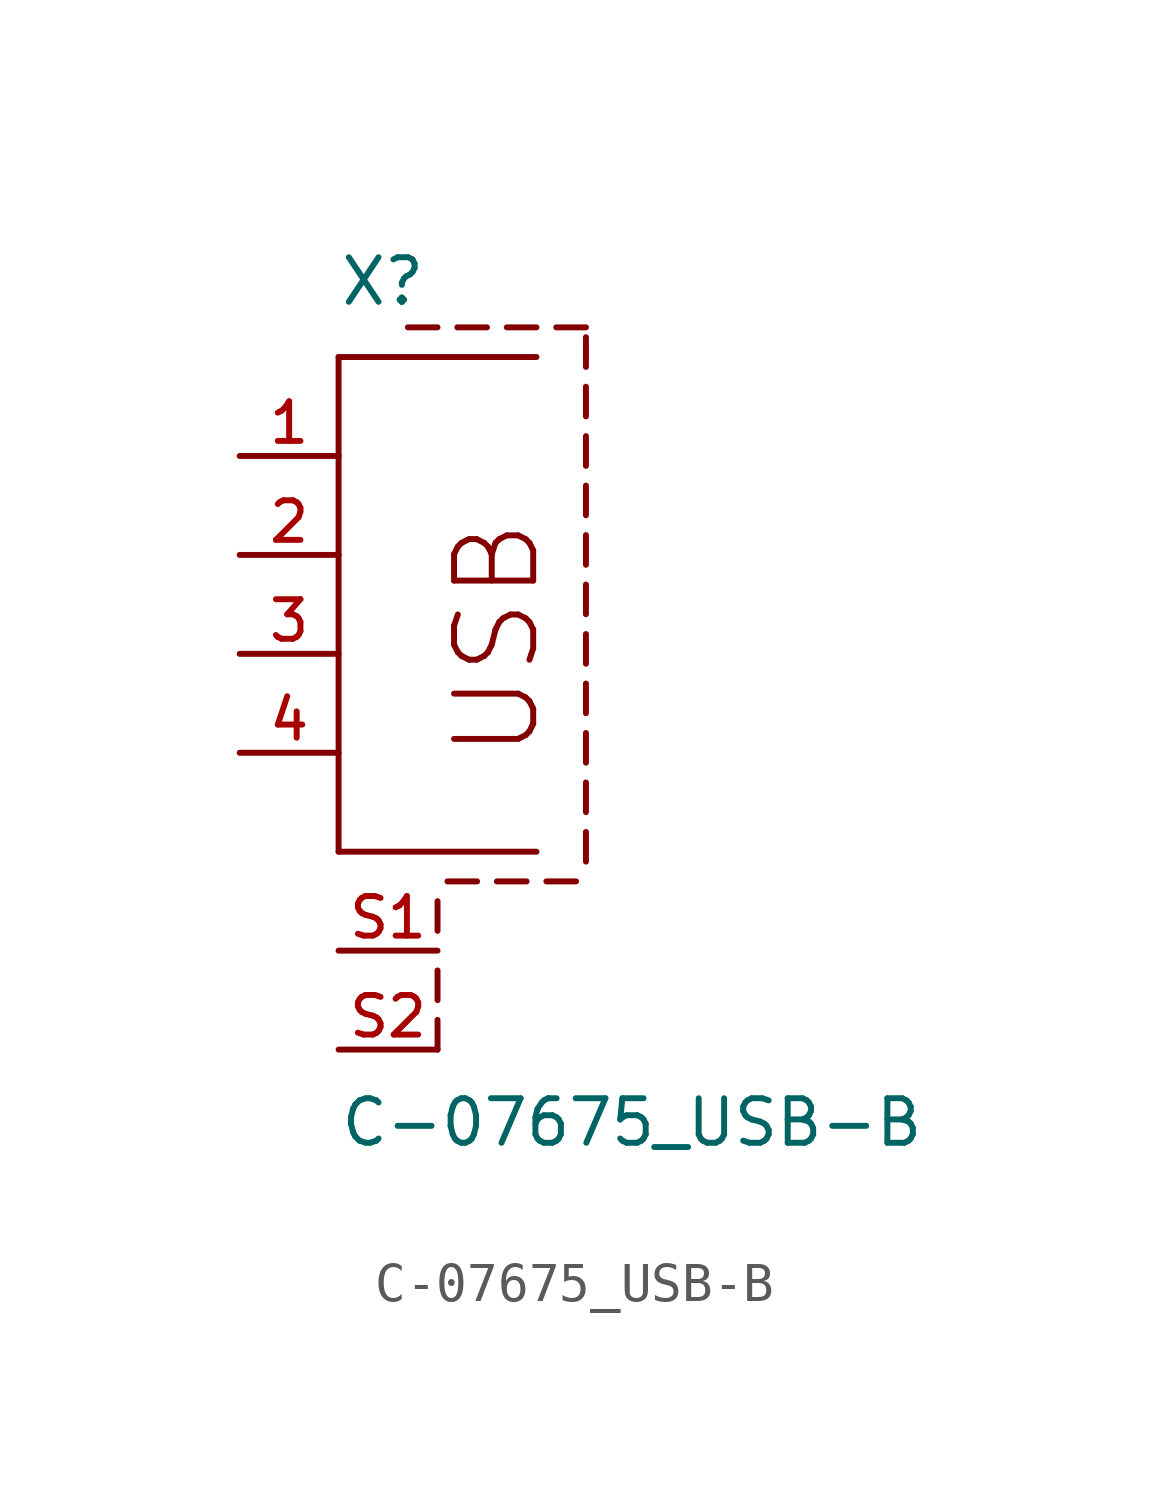
<source format=kicad_sym>
(kicad_symbol_lib
  (version 20211014)
  (generator kicad_symbol_editor)
  (symbol "C-07675_USB-B"
    (pin_names
      (offset 1.016) hide)
    (property "Reference" "X"
      (at 0 8.89 0)
      (effects (font (size 1.143 1.143)) (justify left bottom)))
    (property "Value" "C-07675_USB-B"
      (at 0 -12.7 0)
      (effects (font (size 1.143 1.143)) (justify left bottom)))
    (property "ki_locked" ""
      (at 0 0 0)
      (effects (font (size 1.27 1.27))))
    (symbol "C-07675_USB-B_1_0"
      (polyline (pts (xy 0 -5.08) (xy 5.08 -5.08)) (stroke (width 0) (type default) (color 0 0 0 0)) (fill (type none)))
      (polyline (pts (xy 0 7.62) (xy 0 -5.08)) (stroke (width 0) (type default) (color 0 0 0 0)) (fill (type none)))
      (polyline (pts (xy 0 7.62) (xy 5.08 7.62)) (stroke (width 0) (type default) (color 0 0 0 0)) (fill (type none)))
      (polyline (pts (xy 2.54 -10.16) (xy 2.54 -9.398)) (stroke (width 0) (type default) (color 0 0 0 0)) (fill (type none)))
      (polyline (pts (xy 2.54 -8.89) (xy 2.54 -8.128)) (stroke (width 0) (type default) (color 0 0 0 0)) (fill (type none)))
      (polyline (pts (xy 2.54 -7.112) (xy 2.54 -6.35)) (stroke (width 0) (type default) (color 0 0 0 0)) (fill (type none)))
      (polyline (pts (xy 2.54 8.382) (xy 1.778 8.382)) (stroke (width 0) (type default) (color 0 0 0 0)) (fill (type none)))
      (polyline (pts (xy 3.556 -5.842) (xy 2.794 -5.842)) (stroke (width 0) (type default) (color 0 0 0 0)) (fill (type none)))
      (polyline (pts (xy 3.81 8.382) (xy 3.048 8.382)) (stroke (width 0) (type default) (color 0 0 0 0)) (fill (type none)))
      (polyline (pts (xy 4.826 -5.842) (xy 4.064 -5.842)) (stroke (width 0) (type default) (color 0 0 0 0)) (fill (type none)))
      (polyline (pts (xy 5.08 8.382) (xy 4.318 8.382)) (stroke (width 0) (type default) (color 0 0 0 0)) (fill (type none)))
      (polyline (pts (xy 6.096 -5.842) (xy 5.334 -5.842)) (stroke (width 0) (type default) (color 0 0 0 0)) (fill (type none)))
      (polyline (pts (xy 6.35 -5.334) (xy 6.35 -4.572)) (stroke (width 0) (type default) (color 0 0 0 0)) (fill (type none)))
      (polyline (pts (xy 6.35 -4.064) (xy 6.35 -3.302)) (stroke (width 0) (type default) (color 0 0 0 0)) (fill (type none)))
      (polyline (pts (xy 6.35 -2.794) (xy 6.35 -2.032)) (stroke (width 0) (type default) (color 0 0 0 0)) (fill (type none)))
      (polyline (pts (xy 6.35 -1.524) (xy 6.35 -0.762)) (stroke (width 0) (type default) (color 0 0 0 0)) (fill (type none)))
      (polyline (pts (xy 6.35 -0.254) (xy 6.35 0.508)) (stroke (width 0) (type default) (color 0 0 0 0)) (fill (type none)))
      (polyline (pts (xy 6.35 1.016) (xy 6.35 1.778)) (stroke (width 0) (type default) (color 0 0 0 0)) (fill (type none)))
      (polyline (pts (xy 6.35 2.286) (xy 6.35 3.048)) (stroke (width 0) (type default) (color 0 0 0 0)) (fill (type none)))
      (polyline (pts (xy 6.35 3.556) (xy 6.35 4.318)) (stroke (width 0) (type default) (color 0 0 0 0)) (fill (type none)))
      (polyline (pts (xy 6.35 4.826) (xy 6.35 5.588)) (stroke (width 0) (type default) (color 0 0 0 0)) (fill (type none)))
      (polyline (pts (xy 6.35 6.096) (xy 6.35 6.858)) (stroke (width 0) (type default) (color 0 0 0 0)) (fill (type none)))
      (polyline (pts (xy 6.35 7.366) (xy 6.35 8.128)) (stroke (width 0) (type default) (color 0 0 0 0)) (fill (type none)))
      (polyline (pts (xy 6.35 8.382) (xy 5.588 8.382)) (stroke (width 0) (type default) (color 0 0 0 0)) (fill (type none)))
      (text "USB" (at 4.064 0.381 900) (effects (font (size 2.032 2.032)))))
    (symbol "C-07675_USB-B_1_1"
      (pin passive line (at -2.54 5.08 0) (length 2.54) (name "1" (effects (font (size 1.016 1.016)))) (number "1" (effects (font (size 1.016 1.016)))))
      (pin passive line (at -2.54 2.54 0) (length 2.54) (name "2" (effects (font (size 1.016 1.016)))) (number "2" (effects (font (size 1.016 1.016)))))
      (pin passive line (at -2.54 0 0) (length 2.54) (name "3" (effects (font (size 1.016 1.016)))) (number "3" (effects (font (size 1.016 1.016)))))
      (pin passive line (at -2.54 -2.54 0) (length 2.54) (name "4" (effects (font (size 1.016 1.016)))) (number "4" (effects (font (size 1.016 1.016)))))
      (pin passive line (at 0 -7.62 0) (length 2.54) (name "S1" (effects (font (size 1.016 1.016)))) (number "S1" (effects (font (size 1.016 1.016)))))
      (pin passive line (at 0 -10.16 0) (length 2.54) (name "S2" (effects (font (size 1.016 1.016)))) (number "S2" (effects (font (size 1.016 1.016))))))))
</source>
